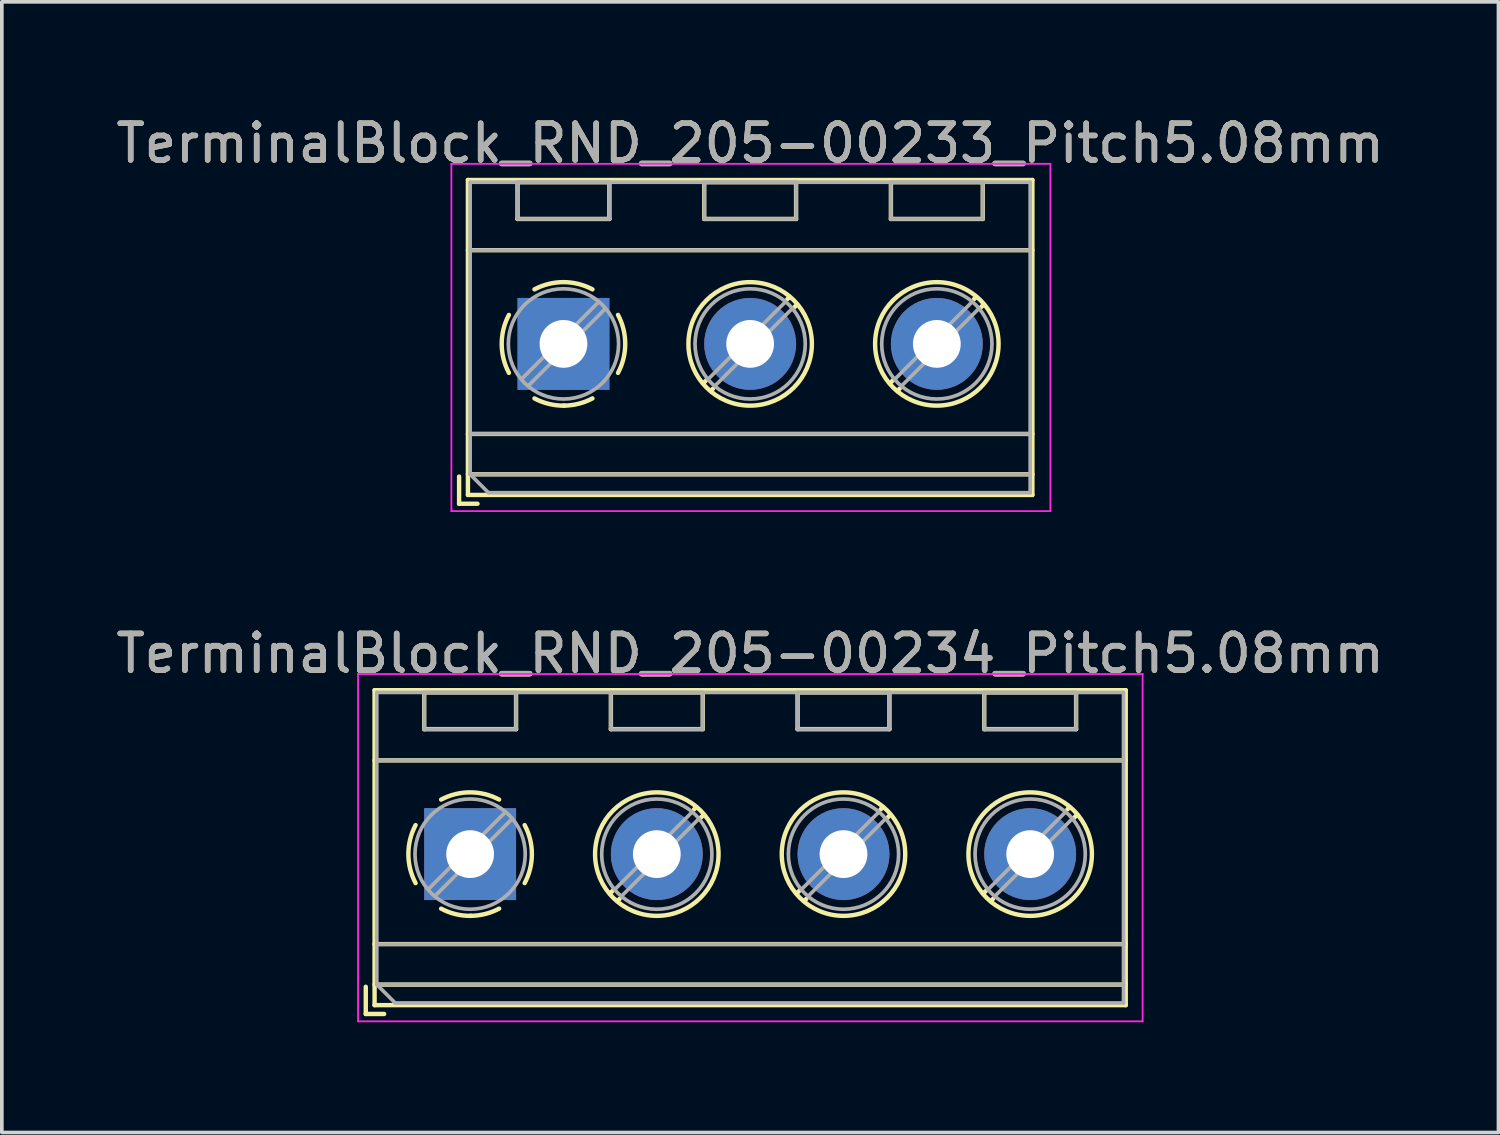
<source format=kicad_pcb>
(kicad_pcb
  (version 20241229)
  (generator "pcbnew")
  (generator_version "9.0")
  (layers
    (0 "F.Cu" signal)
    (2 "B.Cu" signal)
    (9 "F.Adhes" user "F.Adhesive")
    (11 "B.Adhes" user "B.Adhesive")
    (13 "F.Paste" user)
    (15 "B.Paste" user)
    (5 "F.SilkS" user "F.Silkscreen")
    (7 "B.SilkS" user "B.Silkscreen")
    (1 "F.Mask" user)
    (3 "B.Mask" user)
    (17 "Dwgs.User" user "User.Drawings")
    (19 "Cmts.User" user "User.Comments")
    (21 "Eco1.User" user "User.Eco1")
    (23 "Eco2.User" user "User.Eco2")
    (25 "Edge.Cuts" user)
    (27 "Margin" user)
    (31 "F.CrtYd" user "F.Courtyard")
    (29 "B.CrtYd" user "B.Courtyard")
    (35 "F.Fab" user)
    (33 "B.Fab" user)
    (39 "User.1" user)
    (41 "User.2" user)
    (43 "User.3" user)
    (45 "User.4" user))
  (footprint "TerminalBlock_RND_205-00234_Pitch5.08mm"
    (layer "F.Cu")
    (at 9.743 20.192)
    (property "Reference" "TerminalBlock_RND_205-00234_Pitch5.08mm" (at 7.62 -5.46 0) (layer "F.SilkS") (effects (font (size 1 1) (thickness 0.15))))
    (attr through_hole)
    (fp_line (start -2.84 3.61) (end -2.84 4.35) (stroke (width 0.12) (type solid)) (layer "F.SilkS"))
    (fp_line (start -2.84 4.35) (end -2.34 4.35) (stroke (width 0.12) (type solid)) (layer "F.SilkS"))
    (fp_line (start -2.6 -4.46) (end -2.6 4.11) (stroke (width 0.12) (type solid)) (layer "F.SilkS"))
    (fp_line (start -2.6 -2.55) (end 17.84 -2.55) (stroke (width 0.12) (type solid)) (layer "F.SilkS"))
    (fp_line (start -2.6 2.45) (end 17.84 2.45) (stroke (width 0.12) (type solid)) (layer "F.SilkS"))
    (fp_line (start -2.6 3.55) (end 17.84 3.55) (stroke (width 0.12) (type solid)) (layer "F.SilkS"))
    (fp_line (start -2.6 4.11) (end 17.84 4.11) (stroke (width 0.12) (type solid)) (layer "F.SilkS"))
    (fp_line (start -1.25 -4.4) (end -1.25 -3.4) (stroke (width 0.12) (type solid)) (layer "F.SilkS"))
    (fp_line (start -1.25 -4.4) (end 1.25 -4.4) (stroke (width 0.12) (type solid)) (layer "F.SilkS"))
    (fp_line (start -1.25 -3.4) (end 1.25 -3.4) (stroke (width 0.12) (type solid)) (layer "F.SilkS"))
    (fp_line (start 1.25 -4.4) (end 1.25 -3.4) (stroke (width 0.12) (type solid)) (layer "F.SilkS"))
    (fp_line (start 3.83 -4.4) (end 3.83 -3.4) (stroke (width 0.12) (type solid)) (layer "F.SilkS"))
    (fp_line (start 3.83 -4.4) (end 6.33 -4.4) (stroke (width 0.12) (type solid)) (layer "F.SilkS"))
    (fp_line (start 3.83 -3.4) (end 6.33 -3.4) (stroke (width 0.12) (type solid)) (layer "F.SilkS"))
    (fp_line (start 3.9 0.976) (end 3.806 1.069) (stroke (width 0.12) (type solid)) (layer "F.SilkS"))
    (fp_line (start 4.07 1.216) (end 4.011 1.274) (stroke (width 0.12) (type solid)) (layer "F.SilkS"))
    (fp_line (start 6.15 -1.275) (end 6.091 -1.216) (stroke (width 0.12) (type solid)) (layer "F.SilkS"))
    (fp_line (start 6.33 -4.4) (end 6.33 -3.4) (stroke (width 0.12) (type solid)) (layer "F.SilkS"))
    (fp_line (start 6.355 -1.069) (end 6.261 -0.976) (stroke (width 0.12) (type solid)) (layer "F.SilkS"))
    (fp_line (start 8.91 -4.4) (end 8.91 -3.4) (stroke (width 0.12) (type solid)) (layer "F.SilkS"))
    (fp_line (start 8.91 -4.4) (end 11.41 -4.4) (stroke (width 0.12) (type solid)) (layer "F.SilkS"))
    (fp_line (start 8.91 -3.4) (end 11.41 -3.4) (stroke (width 0.12) (type solid)) (layer "F.SilkS"))
    (fp_line (start 8.98 0.976) (end 8.886 1.069) (stroke (width 0.12) (type solid)) (layer "F.SilkS"))
    (fp_line (start 9.15 1.216) (end 9.091 1.274) (stroke (width 0.12) (type solid)) (layer "F.SilkS"))
    (fp_line (start 11.23 -1.275) (end 11.171 -1.216) (stroke (width 0.12) (type solid)) (layer "F.SilkS"))
    (fp_line (start 11.41 -4.4) (end 11.41 -3.4) (stroke (width 0.12) (type solid)) (layer "F.SilkS"))
    (fp_line (start 11.435 -1.069) (end 11.341 -0.976) (stroke (width 0.12) (type solid)) (layer "F.SilkS"))
    (fp_line (start 13.99 -4.4) (end 13.99 -3.4) (stroke (width 0.12) (type solid)) (layer "F.SilkS"))
    (fp_line (start 13.99 -4.4) (end 16.49 -4.4) (stroke (width 0.12) (type solid)) (layer "F.SilkS"))
    (fp_line (start 13.99 -3.4) (end 16.49 -3.4) (stroke (width 0.12) (type solid)) (layer "F.SilkS"))
    (fp_line (start 14.06 0.976) (end 13.966 1.069) (stroke (width 0.12) (type solid)) (layer "F.SilkS"))
    (fp_line (start 14.23 1.216) (end 14.171 1.274) (stroke (width 0.12) (type solid)) (layer "F.SilkS"))
    (fp_line (start 16.31 -1.275) (end 16.251 -1.216) (stroke (width 0.12) (type solid)) (layer "F.SilkS"))
    (fp_line (start 16.49 -4.4) (end 16.49 -3.4) (stroke (width 0.12) (type solid)) (layer "F.SilkS"))
    (fp_line (start 16.515 -1.069) (end 16.421 -0.976) (stroke (width 0.12) (type solid)) (layer "F.SilkS"))
    (fp_line (start 17.84 -4.46) (end -2.6 -4.46) (stroke (width 0.12) (type solid)) (layer "F.SilkS"))
    (fp_line (start 17.84 4.11) (end 17.84 -4.46) (stroke (width 0.12) (type solid)) (layer "F.SilkS"))
    (fp_arc (start -1.483953 0.789089) (mid -1.680708 0.00005) (end -1.484 -0.789) (stroke (width 0.12) (type solid)) (layer "F.SilkS"))
    (fp_arc (start -0.789089 -1.483953) (mid -0.00005 -1.680708) (end 0.789 -1.484) (stroke (width 0.12) (type solid)) (layer "F.SilkS"))
    (fp_arc (start 0.029383 1.68045) (mid -0.392304 1.634281) (end -0.789 1.484) (stroke (width 0.12) (type solid)) (layer "F.SilkS"))
    (fp_arc (start 0.788712 1.483352) (mid 0.406429 1.630097) (end 0 1.68) (stroke (width 0.12) (type solid)) (layer "F.SilkS"))
    (fp_arc (start 1.483953 -0.789089) (mid 1.680708 -0.00005) (end 1.484 0.789) (stroke (width 0.12) (type solid)) (layer "F.SilkS"))
    (fp_circle (center 5.08 0) (end 6.76 0) (stroke (width 0.12) (type solid)) (fill no) (layer "F.SilkS"))
    (fp_circle (center 10.16 0) (end 11.84 0) (stroke (width 0.12) (type solid)) (fill no) (layer "F.SilkS"))
    (fp_circle (center 15.24 0) (end 16.92 0) (stroke (width 0.12) (type solid)) (fill no) (layer "F.SilkS"))
    (fp_line (start -3.05 -4.9) (end -3.05 4.55) (stroke (width 0.05) (type solid)) (layer "F.CrtYd"))
    (fp_line (start -3.05 4.55) (end 18.3 4.55) (stroke (width 0.05) (type solid)) (layer "F.CrtYd"))
    (fp_line (start 18.3 -4.9) (end -3.05 -4.9) (stroke (width 0.05) (type solid)) (layer "F.CrtYd"))
    (fp_line (start 18.3 4.55) (end 18.3 -4.9) (stroke (width 0.05) (type solid)) (layer "F.CrtYd"))
    (fp_line (start -2.54 -4.4) (end 17.78 -4.4) (stroke (width 0.1) (type solid)) (layer "F.Fab"))
    (fp_line (start -2.54 -2.55) (end 17.78 -2.55) (stroke (width 0.1) (type solid)) (layer "F.Fab"))
    (fp_line (start -2.54 2.45) (end 17.78 2.45) (stroke (width 0.1) (type solid)) (layer "F.Fab"))
    (fp_line (start -2.54 3.55) (end -2.54 -4.4) (stroke (width 0.1) (type solid)) (layer "F.Fab"))
    (fp_line (start -2.54 3.55) (end 17.78 3.55) (stroke (width 0.1) (type solid)) (layer "F.Fab"))
    (fp_line (start -2.04 4.05) (end -2.54 3.55) (stroke (width 0.1) (type solid)) (layer "F.Fab"))
    (fp_line (start -1.25 -4.4) (end -1.25 -3.4) (stroke (width 0.1) (type solid)) (layer "F.Fab"))
    (fp_line (start -1.25 -3.4) (end 1.25 -3.4) (stroke (width 0.1) (type solid)) (layer "F.Fab"))
    (fp_line (start 0.955 -1.138) (end -1.138 0.955) (stroke (width 0.1) (type solid)) (layer "F.Fab"))
    (fp_line (start 1.138 -0.955) (end -0.955 1.138) (stroke (width 0.1) (type solid)) (layer "F.Fab"))
    (fp_line (start 1.25 -4.4) (end -1.25 -4.4) (stroke (width 0.1) (type solid)) (layer "F.Fab"))
    (fp_line (start 1.25 -3.4) (end 1.25 -4.4) (stroke (width 0.1) (type solid)) (layer "F.Fab"))
    (fp_line (start 3.83 -4.4) (end 3.83 -3.4) (stroke (width 0.1) (type solid)) (layer "F.Fab"))
    (fp_line (start 3.83 -3.4) (end 6.33 -3.4) (stroke (width 0.1) (type solid)) (layer "F.Fab"))
    (fp_line (start 6.035 -1.138) (end 3.943 0.955) (stroke (width 0.1) (type solid)) (layer "F.Fab"))
    (fp_line (start 6.218 -0.955) (end 4.126 1.138) (stroke (width 0.1) (type solid)) (layer "F.Fab"))
    (fp_line (start 6.33 -4.4) (end 3.83 -4.4) (stroke (width 0.1) (type solid)) (layer "F.Fab"))
    (fp_line (start 6.33 -3.4) (end 6.33 -4.4) (stroke (width 0.1) (type solid)) (layer "F.Fab"))
    (fp_line (start 8.91 -4.4) (end 8.91 -3.4) (stroke (width 0.1) (type solid)) (layer "F.Fab"))
    (fp_line (start 8.91 -3.4) (end 11.41 -3.4) (stroke (width 0.1) (type solid)) (layer "F.Fab"))
    (fp_line (start 11.115 -1.138) (end 9.023 0.955) (stroke (width 0.1) (type solid)) (layer "F.Fab"))
    (fp_line (start 11.298 -0.955) (end 9.206 1.138) (stroke (width 0.1) (type solid)) (layer "F.Fab"))
    (fp_line (start 11.41 -4.4) (end 8.91 -4.4) (stroke (width 0.1) (type solid)) (layer "F.Fab"))
    (fp_line (start 11.41 -3.4) (end 11.41 -4.4) (stroke (width 0.1) (type solid)) (layer "F.Fab"))
    (fp_line (start 13.99 -4.4) (end 13.99 -3.4) (stroke (width 0.1) (type solid)) (layer "F.Fab"))
    (fp_line (start 13.99 -3.4) (end 16.49 -3.4) (stroke (width 0.1) (type solid)) (layer "F.Fab"))
    (fp_line (start 16.195 -1.138) (end 14.103 0.955) (stroke (width 0.1) (type solid)) (layer "F.Fab"))
    (fp_line (start 16.378 -0.955) (end 14.286 1.138) (stroke (width 0.1) (type solid)) (layer "F.Fab"))
    (fp_line (start 16.49 -4.4) (end 13.99 -4.4) (stroke (width 0.1) (type solid)) (layer "F.Fab"))
    (fp_line (start 16.49 -3.4) (end 16.49 -4.4) (stroke (width 0.1) (type solid)) (layer "F.Fab"))
    (fp_line (start 17.78 -4.4) (end 17.78 4.05) (stroke (width 0.1) (type solid)) (layer "F.Fab"))
    (fp_line (start 17.78 4.05) (end -2.04 4.05) (stroke (width 0.1) (type solid)) (layer "F.Fab"))
    (fp_circle (center 0 0) (end 1.5 0) (stroke (width 0.1) (type solid)) (fill no) (layer "F.Fab"))
    (fp_circle (center 5.08 0) (end 6.58 0) (stroke (width 0.1) (type solid)) (fill no) (layer "F.Fab"))
    (fp_circle (center 10.16 0) (end 11.66 0) (stroke (width 0.1) (type solid)) (fill no) (layer "F.Fab"))
    (fp_circle (center 15.24 0) (end 16.74 0) (stroke (width 0.1) (type solid)) (fill no) (layer "F.Fab"))
    (fp_text user "${REFERENCE}" (at 7.62 -5.46 0) (layer "F.Fab") (effects (font (size 1 1) (thickness 0.15))))
    (pad "1" thru_hole rect (at 0 0) (size 2.5 2.5) (drill 1.3) (layers "*.Cu" "*.Mask"))
    (pad "2" thru_hole circle (at 5.08 0) (size 2.5 2.5) (drill 1.3) (layers "*.Cu" "*.Mask"))
    (pad "3" thru_hole circle (at 10.16 0) (size 2.5 2.5) (drill 1.3) (layers "*.Cu" "*.Mask"))
    (pad "4" thru_hole circle (at 15.24 0) (size 2.5 2.5) (drill 1.3) (layers "*.Cu" "*.Mask")))
  (footprint "TerminalBlock_RND_205-00233_Pitch5.08mm"
    (layer "F.Cu")
    (at 12.283 6.308)
    (property "Reference" "TerminalBlock_RND_205-00233_Pitch5.08mm" (at 5.08 -5.46 0) (layer "F.SilkS") (effects (font (size 1 1) (thickness 0.15))))
    (attr through_hole)
    (fp_line (start -2.84 3.61) (end -2.84 4.35) (stroke (width 0.12) (type solid)) (layer "F.SilkS"))
    (fp_line (start -2.84 4.35) (end -2.34 4.35) (stroke (width 0.12) (type solid)) (layer "F.SilkS"))
    (fp_line (start -2.6 -4.46) (end -2.6 4.11) (stroke (width 0.12) (type solid)) (layer "F.SilkS"))
    (fp_line (start -2.6 -2.55) (end 12.76 -2.55) (stroke (width 0.12) (type solid)) (layer "F.SilkS"))
    (fp_line (start -2.6 2.45) (end 12.76 2.45) (stroke (width 0.12) (type solid)) (layer "F.SilkS"))
    (fp_line (start -2.6 3.55) (end 12.76 3.55) (stroke (width 0.12) (type solid)) (layer "F.SilkS"))
    (fp_line (start -2.6 4.11) (end 12.76 4.11) (stroke (width 0.12) (type solid)) (layer "F.SilkS"))
    (fp_line (start -1.25 -4.4) (end -1.25 -3.4) (stroke (width 0.12) (type solid)) (layer "F.SilkS"))
    (fp_line (start -1.25 -4.4) (end 1.25 -4.4) (stroke (width 0.12) (type solid)) (layer "F.SilkS"))
    (fp_line (start -1.25 -3.4) (end 1.25 -3.4) (stroke (width 0.12) (type solid)) (layer "F.SilkS"))
    (fp_line (start 1.25 -4.4) (end 1.25 -3.4) (stroke (width 0.12) (type solid)) (layer "F.SilkS"))
    (fp_line (start 3.83 -4.4) (end 3.83 -3.4) (stroke (width 0.12) (type solid)) (layer "F.SilkS"))
    (fp_line (start 3.83 -4.4) (end 6.33 -4.4) (stroke (width 0.12) (type solid)) (layer "F.SilkS"))
    (fp_line (start 3.83 -3.4) (end 6.33 -3.4) (stroke (width 0.12) (type solid)) (layer "F.SilkS"))
    (fp_line (start 3.9 0.976) (end 3.806 1.069) (stroke (width 0.12) (type solid)) (layer "F.SilkS"))
    (fp_line (start 4.07 1.216) (end 4.011 1.274) (stroke (width 0.12) (type solid)) (layer "F.SilkS"))
    (fp_line (start 6.15 -1.275) (end 6.091 -1.216) (stroke (width 0.12) (type solid)) (layer "F.SilkS"))
    (fp_line (start 6.33 -4.4) (end 6.33 -3.4) (stroke (width 0.12) (type solid)) (layer "F.SilkS"))
    (fp_line (start 6.355 -1.069) (end 6.261 -0.976) (stroke (width 0.12) (type solid)) (layer "F.SilkS"))
    (fp_line (start 8.91 -4.4) (end 8.91 -3.4) (stroke (width 0.12) (type solid)) (layer "F.SilkS"))
    (fp_line (start 8.91 -4.4) (end 11.41 -4.4) (stroke (width 0.12) (type solid)) (layer "F.SilkS"))
    (fp_line (start 8.91 -3.4) (end 11.41 -3.4) (stroke (width 0.12) (type solid)) (layer "F.SilkS"))
    (fp_line (start 8.98 0.976) (end 8.886 1.069) (stroke (width 0.12) (type solid)) (layer "F.SilkS"))
    (fp_line (start 9.15 1.216) (end 9.091 1.274) (stroke (width 0.12) (type solid)) (layer "F.SilkS"))
    (fp_line (start 11.23 -1.275) (end 11.171 -1.216) (stroke (width 0.12) (type solid)) (layer "F.SilkS"))
    (fp_line (start 11.41 -4.4) (end 11.41 -3.4) (stroke (width 0.12) (type solid)) (layer "F.SilkS"))
    (fp_line (start 11.435 -1.069) (end 11.341 -0.976) (stroke (width 0.12) (type solid)) (layer "F.SilkS"))
    (fp_line (start 12.76 -4.46) (end -2.6 -4.46) (stroke (width 0.12) (type solid)) (layer "F.SilkS"))
    (fp_line (start 12.76 4.11) (end 12.76 -4.46) (stroke (width 0.12) (type solid)) (layer "F.SilkS"))
    (fp_arc (start -1.483953 0.789089) (mid -1.680708 0.00005) (end -1.484 -0.789) (stroke (width 0.12) (type solid)) (layer "F.SilkS"))
    (fp_arc (start -0.789089 -1.483953) (mid -0.00005 -1.680708) (end 0.789 -1.484) (stroke (width 0.12) (type solid)) (layer "F.SilkS"))
    (fp_arc (start 0.029383 1.68045) (mid -0.392304 1.634281) (end -0.789 1.484) (stroke (width 0.12) (type solid)) (layer "F.SilkS"))
    (fp_arc (start 0.788712 1.483352) (mid 0.406429 1.630097) (end 0 1.68) (stroke (width 0.12) (type solid)) (layer "F.SilkS"))
    (fp_arc (start 1.483953 -0.789089) (mid 1.680708 -0.00005) (end 1.484 0.789) (stroke (width 0.12) (type solid)) (layer "F.SilkS"))
    (fp_circle (center 5.08 0) (end 6.76 0) (stroke (width 0.12) (type solid)) (fill no) (layer "F.SilkS"))
    (fp_circle (center 10.16 0) (end 11.84 0) (stroke (width 0.12) (type solid)) (fill no) (layer "F.SilkS"))
    (fp_line (start -3.05 -4.9) (end -3.05 4.55) (stroke (width 0.05) (type solid)) (layer "F.CrtYd"))
    (fp_line (start -3.05 4.55) (end 13.25 4.55) (stroke (width 0.05) (type solid)) (layer "F.CrtYd"))
    (fp_line (start 13.25 -4.9) (end -3.05 -4.9) (stroke (width 0.05) (type solid)) (layer "F.CrtYd"))
    (fp_line (start 13.25 4.55) (end 13.25 -4.9) (stroke (width 0.05) (type solid)) (layer "F.CrtYd"))
    (fp_line (start -2.54 -4.4) (end 12.7 -4.4) (stroke (width 0.1) (type solid)) (layer "F.Fab"))
    (fp_line (start -2.54 -2.55) (end 12.7 -2.55) (stroke (width 0.1) (type solid)) (layer "F.Fab"))
    (fp_line (start -2.54 2.45) (end 12.7 2.45) (stroke (width 0.1) (type solid)) (layer "F.Fab"))
    (fp_line (start -2.54 3.55) (end -2.54 -4.4) (stroke (width 0.1) (type solid)) (layer "F.Fab"))
    (fp_line (start -2.54 3.55) (end 12.7 3.55) (stroke (width 0.1) (type solid)) (layer "F.Fab"))
    (fp_line (start -2.04 4.05) (end -2.54 3.55) (stroke (width 0.1) (type solid)) (layer "F.Fab"))
    (fp_line (start -1.25 -4.4) (end -1.25 -3.4) (stroke (width 0.1) (type solid)) (layer "F.Fab"))
    (fp_line (start -1.25 -3.4) (end 1.25 -3.4) (stroke (width 0.1) (type solid)) (layer "F.Fab"))
    (fp_line (start 0.955 -1.138) (end -1.138 0.955) (stroke (width 0.1) (type solid)) (layer "F.Fab"))
    (fp_line (start 1.138 -0.955) (end -0.955 1.138) (stroke (width 0.1) (type solid)) (layer "F.Fab"))
    (fp_line (start 1.25 -4.4) (end -1.25 -4.4) (stroke (width 0.1) (type solid)) (layer "F.Fab"))
    (fp_line (start 1.25 -3.4) (end 1.25 -4.4) (stroke (width 0.1) (type solid)) (layer "F.Fab"))
    (fp_line (start 3.83 -4.4) (end 3.83 -3.4) (stroke (width 0.1) (type solid)) (layer "F.Fab"))
    (fp_line (start 3.83 -3.4) (end 6.33 -3.4) (stroke (width 0.1) (type solid)) (layer "F.Fab"))
    (fp_line (start 6.035 -1.138) (end 3.943 0.955) (stroke (width 0.1) (type solid)) (layer "F.Fab"))
    (fp_line (start 6.218 -0.955) (end 4.126 1.138) (stroke (width 0.1) (type solid)) (layer "F.Fab"))
    (fp_line (start 6.33 -4.4) (end 3.83 -4.4) (stroke (width 0.1) (type solid)) (layer "F.Fab"))
    (fp_line (start 6.33 -3.4) (end 6.33 -4.4) (stroke (width 0.1) (type solid)) (layer "F.Fab"))
    (fp_line (start 8.91 -4.4) (end 8.91 -3.4) (stroke (width 0.1) (type solid)) (layer "F.Fab"))
    (fp_line (start 8.91 -3.4) (end 11.41 -3.4) (stroke (width 0.1) (type solid)) (layer "F.Fab"))
    (fp_line (start 11.115 -1.138) (end 9.023 0.955) (stroke (width 0.1) (type solid)) (layer "F.Fab"))
    (fp_line (start 11.298 -0.955) (end 9.206 1.138) (stroke (width 0.1) (type solid)) (layer "F.Fab"))
    (fp_line (start 11.41 -4.4) (end 8.91 -4.4) (stroke (width 0.1) (type solid)) (layer "F.Fab"))
    (fp_line (start 11.41 -3.4) (end 11.41 -4.4) (stroke (width 0.1) (type solid)) (layer "F.Fab"))
    (fp_line (start 12.7 -4.4) (end 12.7 4.05) (stroke (width 0.1) (type solid)) (layer "F.Fab"))
    (fp_line (start 12.7 4.05) (end -2.04 4.05) (stroke (width 0.1) (type solid)) (layer "F.Fab"))
    (fp_circle (center 0 0) (end 1.5 0) (stroke (width 0.1) (type solid)) (fill no) (layer "F.Fab"))
    (fp_circle (center 5.08 0) (end 6.58 0) (stroke (width 0.1) (type solid)) (fill no) (layer "F.Fab"))
    (fp_circle (center 10.16 0) (end 11.66 0) (stroke (width 0.1) (type solid)) (fill no) (layer "F.Fab"))
    (fp_text user "${REFERENCE}" (at 5.08 -5.46 0) (layer "F.Fab") (effects (font (size 1 1) (thickness 0.15))))
    (pad "1" thru_hole rect (at 0 0) (size 2.5 2.5) (drill 1.3) (layers "*.Cu" "*.Mask"))
    (pad "2" thru_hole circle (at 5.08 0) (size 2.5 2.5) (drill 1.3) (layers "*.Cu" "*.Mask"))
    (pad "3" thru_hole circle (at 10.16 0) (size 2.5 2.5) (drill 1.3) (layers "*.Cu" "*.Mask")))
  (gr_rect
    (start -3 -3)
    (end 37.726 27.767)
    (stroke (width 0.1) (type default))
    (fill no)
    (layer "Edge.Cuts")))
</source>
